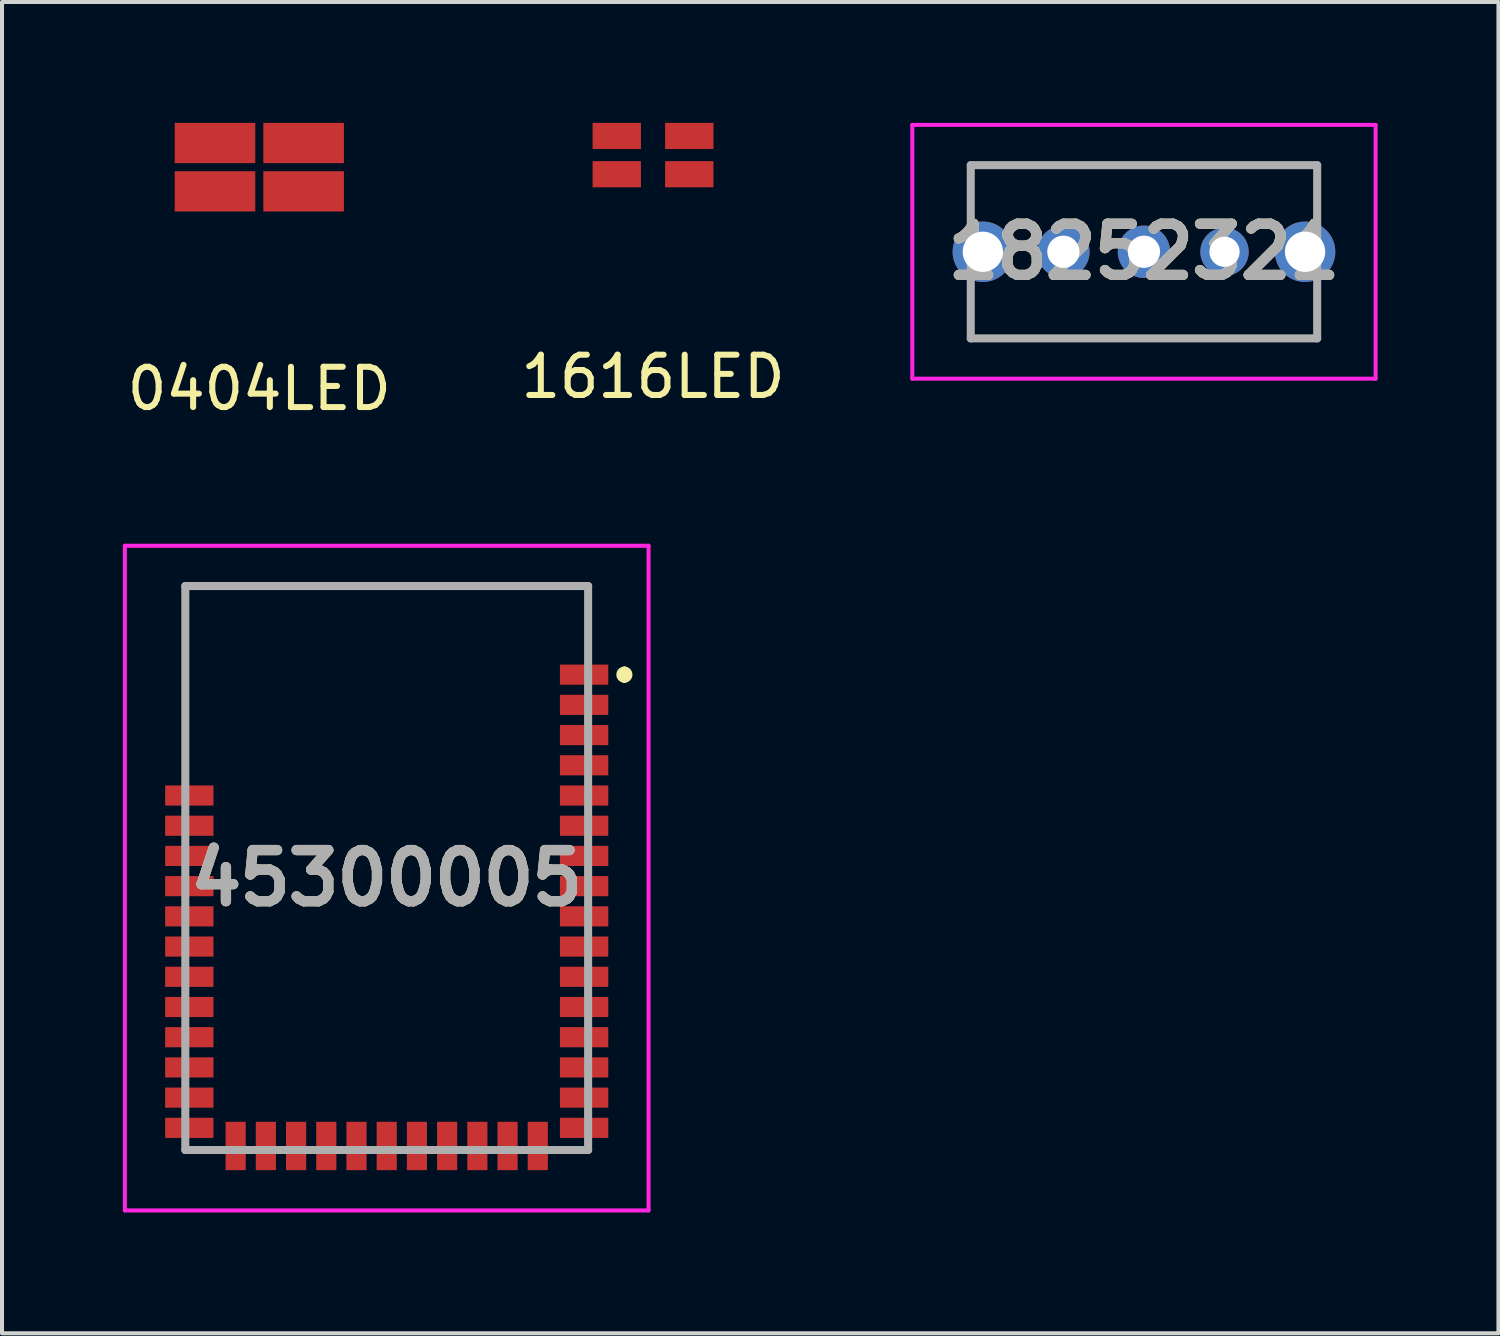
<source format=kicad_pcb>
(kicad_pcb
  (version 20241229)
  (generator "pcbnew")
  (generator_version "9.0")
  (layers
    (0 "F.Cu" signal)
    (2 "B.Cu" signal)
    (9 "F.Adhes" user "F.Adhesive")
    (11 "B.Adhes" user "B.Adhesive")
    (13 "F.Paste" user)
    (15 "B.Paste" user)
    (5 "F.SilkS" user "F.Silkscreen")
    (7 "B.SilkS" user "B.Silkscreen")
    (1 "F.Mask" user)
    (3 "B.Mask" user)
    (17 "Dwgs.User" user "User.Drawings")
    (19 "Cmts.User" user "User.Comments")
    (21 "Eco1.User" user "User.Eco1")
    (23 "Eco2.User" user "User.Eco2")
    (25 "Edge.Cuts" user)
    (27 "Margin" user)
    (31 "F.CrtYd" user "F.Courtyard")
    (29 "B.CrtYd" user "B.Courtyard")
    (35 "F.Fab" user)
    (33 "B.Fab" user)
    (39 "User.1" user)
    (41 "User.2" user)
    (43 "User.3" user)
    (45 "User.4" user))
  (footprint "1616LED"
    (layer "F.Cu")
    (at 13.161 0.8)
    (property "Reference" "1616LED" (at 0 5.5 0) (layer "F.SilkS") (effects (font (size 1 1) (thickness 0.15))))
    (attr through_hole)
    (pad "1" smd rect (at 0.9 0.475) (size 1.2 0.65) (layers "F.Cu" "F.Mask" "F.Paste"))
    (pad "2" smd rect (at 0.9 -0.475) (size 1.2 0.65) (layers "F.Cu" "F.Mask" "F.Paste"))
    (pad "3" smd rect (at -0.9 0.475) (size 1.2 0.65) (layers "F.Cu" "F.Mask" "F.Paste"))
    (pad "4" smd rect (at -0.9 -0.475) (size 1.2 0.65) (layers "F.Cu" "F.Mask" "F.Paste")))
  (footprint "0404LED"
    (layer "F.Cu")
    (at 3.387 1.1)
    (property "Reference" "0404LED" (at 0 5.5 0) (layer "F.SilkS") (effects (font (size 1 1) (thickness 0.15))))
    (attr through_hole)
    (pad "1" smd rect (at -1.1 -0.6) (size 2 1) (layers "F.Cu" "F.Mask" "F.Paste"))
    (pad "2" smd rect (at -1.1 0.6) (size 2 1) (layers "F.Cu" "F.Mask" "F.Paste"))
    (pad "3" smd rect (at 1.1 0.6) (size 2 1) (layers "F.Cu" "F.Mask" "F.Paste"))
    (pad "4" smd rect (at 1.1 -0.6) (size 2 1) (layers "F.Cu" "F.Mask" "F.Paste")))
  (footprint "45300005"
    (layer "F.Cu")
    (at 6.55 18.498)
    (property "Reference" "45300005" (at 0 0.25 0) (layer "F.SilkS") (effects (font (size 1.27 1.27) (thickness 0.254))))
    (attr smd)
    (fp_line (start -5 -7) (end 5 -7) (stroke (width 0.1) (type solid)) (layer "F.SilkS"))
    (fp_line (start -5 -2.55) (end -5 -7) (stroke (width 0.1) (type solid)) (layer "F.SilkS"))
    (fp_line (start 5 -7) (end 5 -5.5) (stroke (width 0.1) (type solid)) (layer "F.SilkS"))
    (fp_line (start 5.9 -4.9) (end 5.9 -4.9) (stroke (width 0.2) (type solid)) (layer "F.SilkS"))
    (fp_line (start 5.9 -4.7) (end 5.9 -4.7) (stroke (width 0.2) (type solid)) (layer "F.SilkS"))
    (fp_arc (start 5.9 -4.9) (mid 6 -4.8) (end 5.9 -4.7) (stroke (width 0.2) (type solid)) (layer "F.SilkS"))
    (fp_arc (start 5.9 -4.7) (mid 5.8 -4.8) (end 5.9 -4.9) (stroke (width 0.2) (type solid)) (layer "F.SilkS"))
    (fp_line (start -6.5 -8) (end 6.5 -8) (stroke (width 0.1) (type solid)) (layer "F.CrtYd"))
    (fp_line (start -6.5 8.5) (end -6.5 -8) (stroke (width 0.1) (type solid)) (layer "F.CrtYd"))
    (fp_line (start 6.5 -8) (end 6.5 8.5) (stroke (width 0.1) (type solid)) (layer "F.CrtYd"))
    (fp_line (start 6.5 8.5) (end -6.5 8.5) (stroke (width 0.1) (type solid)) (layer "F.CrtYd"))
    (fp_line (start -5 -7) (end 5 -7) (stroke (width 0.2) (type solid)) (layer "F.Fab"))
    (fp_line (start -5 7) (end -5 -7) (stroke (width 0.2) (type solid)) (layer "F.Fab"))
    (fp_line (start 5 -7) (end 5 7) (stroke (width 0.2) (type solid)) (layer "F.Fab"))
    (fp_line (start 5 7) (end -5 7) (stroke (width 0.2) (type solid)) (layer "F.Fab"))
    (fp_text user "${REFERENCE}" (at 0 0.25 0) (layer "F.Fab") (effects (font (size 1.27 1.27) (thickness 0.254))))
    (pad "1" smd rect (at 4.9 -4.8 90) (size 0.5 1.2) (layers "F.Cu" "F.Mask" "F.Paste"))
    (pad "2" smd rect (at 4.9 -4.05 90) (size 0.5 1.2) (layers "F.Cu" "F.Mask" "F.Paste"))
    (pad "3" smd rect (at 4.9 -3.3 90) (size 0.5 1.2) (layers "F.Cu" "F.Mask" "F.Paste"))
    (pad "4" smd rect (at 4.9 -2.55 90) (size 0.5 1.2) (layers "F.Cu" "F.Mask" "F.Paste"))
    (pad "5" smd rect (at 4.9 -1.8 90) (size 0.5 1.2) (layers "F.Cu" "F.Mask" "F.Paste"))
    (pad "6" smd rect (at 4.9 -1.05 90) (size 0.5 1.2) (layers "F.Cu" "F.Mask" "F.Paste"))
    (pad "7" smd rect (at 4.9 -0.3 90) (size 0.5 1.2) (layers "F.Cu" "F.Mask" "F.Paste"))
    (pad "8" smd rect (at 4.9 0.45 90) (size 0.5 1.2) (layers "F.Cu" "F.Mask" "F.Paste"))
    (pad "9" smd rect (at 4.9 1.2 90) (size 0.5 1.2) (layers "F.Cu" "F.Mask" "F.Paste"))
    (pad "10" smd rect (at 4.9 1.95 90) (size 0.5 1.2) (layers "F.Cu" "F.Mask" "F.Paste"))
    (pad "11" smd rect (at 4.9 2.7 90) (size 0.5 1.2) (layers "F.Cu" "F.Mask" "F.Paste"))
    (pad "12" smd rect (at 4.9 3.45 90) (size 0.5 1.2) (layers "F.Cu" "F.Mask" "F.Paste"))
    (pad "13" smd rect (at 4.9 4.2 90) (size 0.5 1.2) (layers "F.Cu" "F.Mask" "F.Paste"))
    (pad "14" smd rect (at 4.9 4.95 90) (size 0.5 1.2) (layers "F.Cu" "F.Mask" "F.Paste"))
    (pad "15" smd rect (at 4.9 5.7 90) (size 0.5 1.2) (layers "F.Cu" "F.Mask" "F.Paste"))
    (pad "16" smd rect (at 4.9 6.45 90) (size 0.5 1.2) (layers "F.Cu" "F.Mask" "F.Paste"))
    (pad "17" smd rect (at 3.75 6.9) (size 0.5 1.2) (layers "F.Cu" "F.Mask" "F.Paste"))
    (pad "18" smd rect (at 3 6.9) (size 0.5 1.2) (layers "F.Cu" "F.Mask" "F.Paste"))
    (pad "19" smd rect (at 2.25 6.9) (size 0.5 1.2) (layers "F.Cu" "F.Mask" "F.Paste"))
    (pad "20" smd rect (at 1.5 6.9) (size 0.5 1.2) (layers "F.Cu" "F.Mask" "F.Paste"))
    (pad "21" smd rect (at 0.75 6.9) (size 0.5 1.2) (layers "F.Cu" "F.Mask" "F.Paste"))
    (pad "22" smd rect (at 0 6.9) (size 0.5 1.2) (layers "F.Cu" "F.Mask" "F.Paste"))
    (pad "23" smd rect (at -0.75 6.9) (size 0.5 1.2) (layers "F.Cu" "F.Mask" "F.Paste"))
    (pad "24" smd rect (at -1.5 6.9) (size 0.5 1.2) (layers "F.Cu" "F.Mask" "F.Paste"))
    (pad "25" smd rect (at -2.25 6.9) (size 0.5 1.2) (layers "F.Cu" "F.Mask" "F.Paste"))
    (pad "26" smd rect (at -3 6.9) (size 0.5 1.2) (layers "F.Cu" "F.Mask" "F.Paste"))
    (pad "27" smd rect (at -3.75 6.9) (size 0.5 1.2) (layers "F.Cu" "F.Mask" "F.Paste"))
    (pad "28" smd rect (at -4.9 6.45 90) (size 0.5 1.2) (layers "F.Cu" "F.Mask" "F.Paste"))
    (pad "29" smd rect (at -4.9 5.7 90) (size 0.5 1.2) (layers "F.Cu" "F.Mask" "F.Paste"))
    (pad "30" smd rect (at -4.9 4.95 90) (size 0.5 1.2) (layers "F.Cu" "F.Mask" "F.Paste"))
    (pad "31" smd rect (at -4.9 4.2 90) (size 0.5 1.2) (layers "F.Cu" "F.Mask" "F.Paste"))
    (pad "32" smd rect (at -4.9 3.45 90) (size 0.5 1.2) (layers "F.Cu" "F.Mask" "F.Paste"))
    (pad "33" smd rect (at -4.9 2.7 90) (size 0.5 1.2) (layers "F.Cu" "F.Mask" "F.Paste"))
    (pad "34" smd rect (at -4.9 1.95 90) (size 0.5 1.2) (layers "F.Cu" "F.Mask" "F.Paste"))
    (pad "35" smd rect (at -4.9 1.2 90) (size 0.5 1.2) (layers "F.Cu" "F.Mask" "F.Paste"))
    (pad "36" smd rect (at -4.9 0.45 90) (size 0.5 1.2) (layers "F.Cu" "F.Mask" "F.Paste"))
    (pad "37" smd rect (at -4.9 -0.3 90) (size 0.5 1.2) (layers "F.Cu" "F.Mask" "F.Paste"))
    (pad "38" smd rect (at -4.9 -1.05 90) (size 0.5 1.2) (layers "F.Cu" "F.Mask" "F.Paste"))
    (pad "39" smd rect (at -4.9 -1.8 90) (size 0.5 1.2) (layers "F.Cu" "F.Mask" "F.Paste")))
  (footprint "18252321"
    (layer "F.Cu")
    (at 23.348 3.2)
    (property "Reference" "18252321" (at 2 0 0) (layer "F.SilkS") (effects (font (size 1.27 1.27) (thickness 0.254))))
    (attr through_hole)
    (fp_line (start -2.3 -2.15) (end 6.3 -2.15) (stroke (width 0.1) (type solid)) (layer "F.SilkS"))
    (fp_line (start -2.3 -1) (end -2.3 -2.15) (stroke (width 0.1) (type solid)) (layer "F.SilkS"))
    (fp_line (start -2.3 1) (end -2.3 2.15) (stroke (width 0.1) (type solid)) (layer "F.SilkS"))
    (fp_line (start -2.3 2.15) (end 6.3 2.15) (stroke (width 0.1) (type solid)) (layer "F.SilkS"))
    (fp_line (start 6.3 -2.15) (end 6.3 -1) (stroke (width 0.1) (type solid)) (layer "F.SilkS"))
    (fp_line (start 6.3 2.15) (end 6.3 1) (stroke (width 0.1) (type solid)) (layer "F.SilkS"))
    (fp_line (start -3.75 -3.15) (end 7.75 -3.15) (stroke (width 0.1) (type solid)) (layer "F.CrtYd"))
    (fp_line (start -3.75 3.15) (end -3.75 -3.15) (stroke (width 0.1) (type solid)) (layer "F.CrtYd"))
    (fp_line (start 7.75 -3.15) (end 7.75 3.15) (stroke (width 0.1) (type solid)) (layer "F.CrtYd"))
    (fp_line (start 7.75 3.15) (end -3.75 3.15) (stroke (width 0.1) (type solid)) (layer "F.CrtYd"))
    (fp_line (start -2.3 -2.15) (end 6.3 -2.15) (stroke (width 0.2) (type solid)) (layer "F.Fab"))
    (fp_line (start -2.3 2.15) (end -2.3 -2.15) (stroke (width 0.2) (type solid)) (layer "F.Fab"))
    (fp_line (start 6.3 -2.15) (end 6.3 2.15) (stroke (width 0.2) (type solid)) (layer "F.Fab"))
    (fp_line (start 6.3 2.15) (end -2.3 2.15) (stroke (width 0.2) (type solid)) (layer "F.Fab"))
    (fp_text user "${REFERENCE}" (at 2 0 0) (layer "F.Fab") (effects (font (size 1.27 1.27) (thickness 0.254))))
    (pad "1" thru_hole circle (at 0 0) (size 1.3 1.3) (drill 0.8) (layers "*.Cu" "*.Mask"))
    (pad "2" thru_hole circle (at 2 0) (size 1.3 1.3) (drill 0.8) (layers "*.Cu" "*.Mask"))
    (pad "3" thru_hole circle (at 4 0) (size 1.2 1.2) (drill 0.75) (layers "*.Cu" "*.Mask"))
    (pad "MH1" thru_hole circle (at -2 0) (size 1.5 1.5) (drill 1) (layers "*.Cu" "*.Mask"))
    (pad "MH2" thru_hole circle (at 6 0) (size 1.5 1.5) (drill 1) (layers "*.Cu" "*.Mask")))
  (gr_rect
    (start -3 -3)
    (end 34.148 30.048)
    (stroke (width 0.1) (type default))
    (fill no)
    (layer "Edge.Cuts")))
</source>
